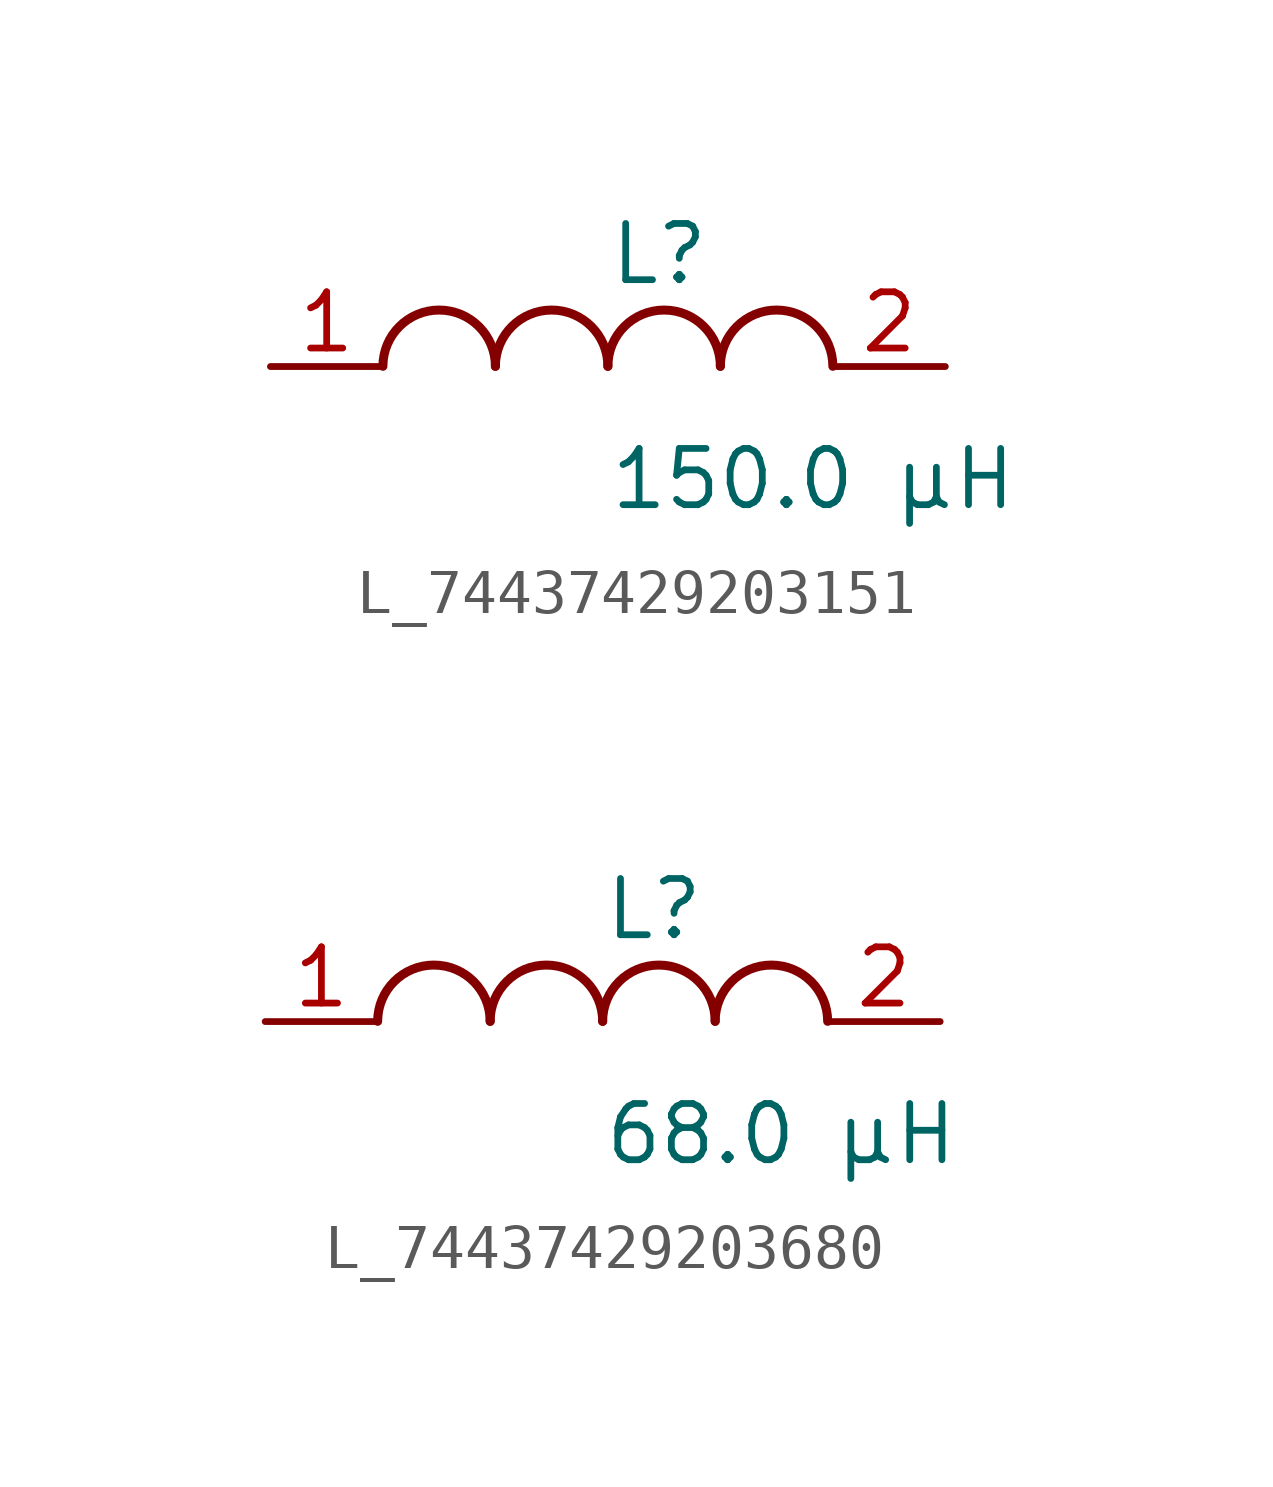
<source format=kicad_sym>
(kicad_symbol_lib
  (version 20231120)
  (generator kicad_symbol_editor)
  (generator_version 8.0)
  (symbol "L_74437429203151"
    (pin_names
      (offset 0.254))
    (property "Reference" "L"
      (at 0 2.54 0)
      (effects (font (size 1.27 1.27)) (justify left)))
    (property "Value" "150.0 µH"
      (at 0 -2.54 0)
      (effects (font (size 1.27 1.27)) (justify left)))
    (symbol "L_74437429203151_1_1"
      (arc (start -2.54 0.0056) (mid -3.81 1.27) (end -5.08 0.0056) (stroke (width 0.2032) (type default)) (fill (type none)))
      (arc (start 0 0.0056) (mid -1.27 1.27) (end -2.54 0.0056) (stroke (width 0.2032) (type default)) (fill (type none)))
      (arc (start 2.54 0.0056) (mid 1.27 1.27) (end 0 0.0056) (stroke (width 0.2032) (type default)) (fill (type none)))
      (arc (start 5.08 0.0056) (mid 3.81 1.27) (end 2.54 0.0056) (stroke (width 0.2032) (type default)) (fill (type none)))
      (pin unspecified line (at -7.62 0 0) (length 2.54) (name "" (effects (font (size 1.27 1.27)))) (number "1" (effects (font (size 1.27 1.27)))))
      (pin unspecified line (at 7.62 0 180) (length 2.54) (name "" (effects (font (size 1.27 1.27)))) (number "2" (effects (font (size 1.27 1.27)))))))
  (symbol "L_74437429203680"
    (pin_names
      (offset 0.254))
    (property "Reference" "L"
      (at 0 2.54 0)
      (effects (font (size 1.27 1.27)) (justify left)))
    (property "Value" "68.0 µH"
      (at 0 -2.54 0)
      (effects (font (size 1.27 1.27)) (justify left)))
    (symbol "L_74437429203680_1_1"
      (arc (start -2.54 0.0056) (mid -3.81 1.27) (end -5.08 0.0056) (stroke (width 0.2032) (type default)) (fill (type none)))
      (arc (start 0 0.0056) (mid -1.27 1.27) (end -2.54 0.0056) (stroke (width 0.2032) (type default)) (fill (type none)))
      (arc (start 2.54 0.0056) (mid 1.27 1.27) (end 0 0.0056) (stroke (width 0.2032) (type default)) (fill (type none)))
      (arc (start 5.08 0.0056) (mid 3.81 1.27) (end 2.54 0.0056) (stroke (width 0.2032) (type default)) (fill (type none)))
      (pin unspecified line (at -7.62 0 0) (length 2.54) (name "" (effects (font (size 1.27 1.27)))) (number "1" (effects (font (size 1.27 1.27)))))
      (pin unspecified line (at 7.62 0 180) (length 2.54) (name "" (effects (font (size 1.27 1.27)))) (number "2" (effects (font (size 1.27 1.27))))))))
</source>
